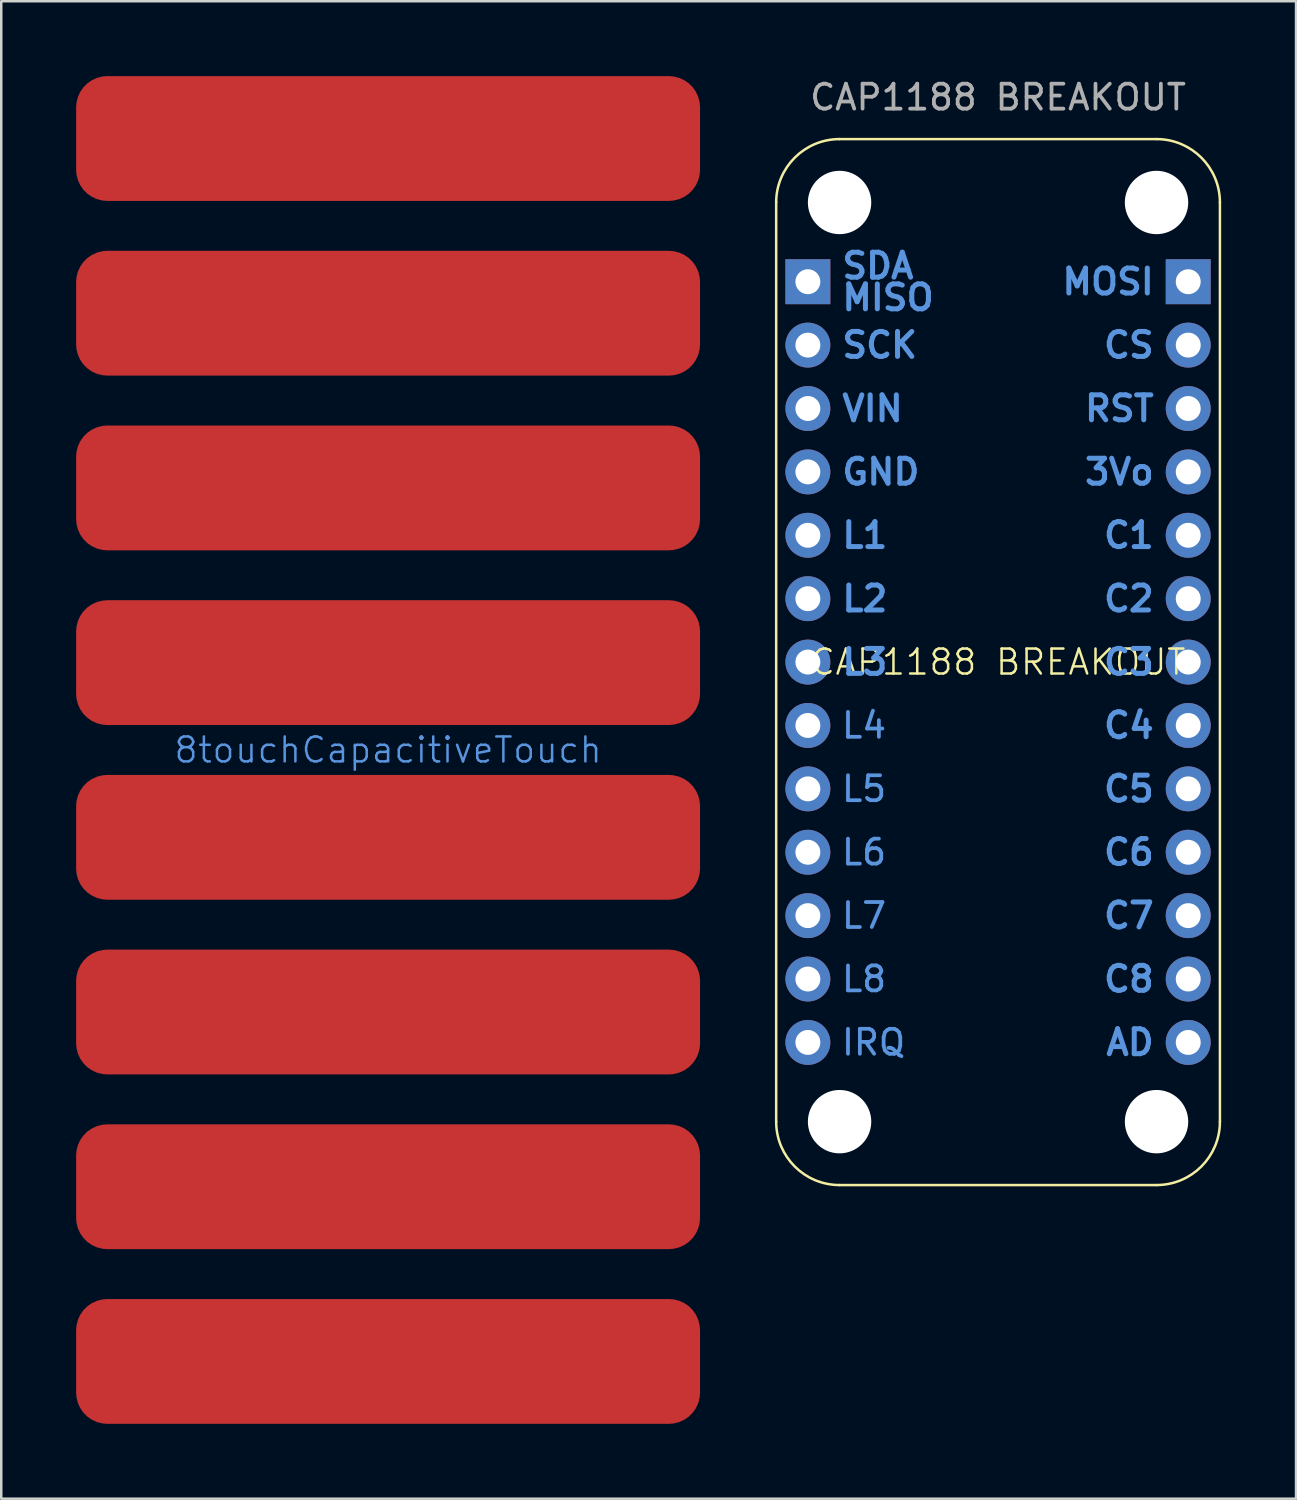
<source format=kicad_pcb>
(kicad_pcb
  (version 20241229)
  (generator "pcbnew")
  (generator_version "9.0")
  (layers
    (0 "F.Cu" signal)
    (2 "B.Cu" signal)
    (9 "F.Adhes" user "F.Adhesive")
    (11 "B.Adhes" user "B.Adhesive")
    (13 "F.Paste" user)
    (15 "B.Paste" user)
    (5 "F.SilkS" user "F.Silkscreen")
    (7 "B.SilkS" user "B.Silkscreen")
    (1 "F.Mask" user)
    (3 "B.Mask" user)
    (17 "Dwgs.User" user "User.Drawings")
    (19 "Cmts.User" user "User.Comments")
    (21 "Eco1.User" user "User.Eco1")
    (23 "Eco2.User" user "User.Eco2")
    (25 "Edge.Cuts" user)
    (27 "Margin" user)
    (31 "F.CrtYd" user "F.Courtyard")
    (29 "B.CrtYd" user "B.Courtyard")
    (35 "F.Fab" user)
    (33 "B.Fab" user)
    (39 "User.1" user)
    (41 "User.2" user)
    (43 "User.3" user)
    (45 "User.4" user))
  (footprint "CAP1188 BREAKOUT"
    (layer "F.Cu")
    (at 36.94 23.478)
    (property "Reference" "CAP1188 BREAKOUT" (at 0 0 0) (unlocked yes) (layer "F.SilkS") (effects (font (size 1 1) (thickness 0.1))))
    (attr smd)
    (fp_line (start -8.89 18.415) (end -8.89 -18.415) (stroke (width 0.1) (type default)) (layer "F.SilkS"))
    (fp_line (start -6.35 -20.955) (end 6.35 -20.955) (stroke (width 0.1) (type default)) (layer "F.SilkS"))
    (fp_line (start 6.35 20.955) (end -6.35 20.955) (stroke (width 0.1) (type default)) (layer "F.SilkS"))
    (fp_line (start 8.89 -18.415) (end 8.89 18.415) (stroke (width 0.1) (type default)) (layer "F.SilkS"))
    (fp_arc (start -8.89 -18.415) (mid -8.146051 -20.211051) (end -6.35 -20.955) (stroke (width 0.1) (type default)) (layer "F.SilkS"))
    (fp_arc (start -6.35 20.955) (mid -8.146051 20.211051) (end -8.89 18.415) (stroke (width 0.1) (type default)) (layer "F.SilkS"))
    (fp_arc (start 6.35 -20.955) (mid 8.146051 -20.211051) (end 8.89 -18.415) (stroke (width 0.1) (type default)) (layer "F.SilkS"))
    (fp_arc (start 8.89 18.415) (mid 8.146051 20.211051) (end 6.35 20.955) (stroke (width 0.1) (type default)) (layer "F.SilkS"))
    (fp_text user "C3" (at 6.35 0 0) (unlocked yes) (layer "Cmts.User") (effects (font (size 1 1) (thickness 0.2) (bold yes)) (justify right)))
    (fp_text user "C7" (at 6.35 10.16 0) (unlocked yes) (layer "Cmts.User") (effects (font (size 1 1) (thickness 0.2) (bold yes)) (justify right)))
    (fp_text user "C2" (at 6.35 -2.54 0) (unlocked yes) (layer "Cmts.User") (effects (font (size 1 1) (thickness 0.2) (bold yes)) (justify right)))
    (fp_text user "C1" (at 6.35 -5.08 0) (unlocked yes) (layer "Cmts.User") (effects (font (size 1 1) (thickness 0.2) (bold yes)) (justify right)))
    (fp_text user "SDA" (at -6.35 -15.875 0) (unlocked yes) (layer "Cmts.User") (effects (font (size 1 1) (thickness 0.2) (bold yes)) (justify left)))
    (fp_text user "L5" (at -6.35 5.08 0) (unlocked yes) (layer "Cmts.User") (effects (font (size 1 1) (thickness 0.15)) (justify left)))
    (fp_text user "L8" (at -6.35 12.7 0) (unlocked yes) (layer "Cmts.User") (effects (font (size 1 1) (thickness 0.15)) (justify left)))
    (fp_text user "L2" (at -6.35 -2.54 0) (unlocked yes) (layer "Cmts.User") (effects (font (size 1 1) (thickness 0.2) (bold yes)) (justify left)))
    (fp_text user "3Vo" (at 6.35 -7.62 0) (unlocked yes) (layer "Cmts.User") (effects (font (size 1 1) (thickness 0.2) (bold yes)) (justify right)))
    (fp_text user "GND" (at -6.35 -7.62 0) (unlocked yes) (layer "Cmts.User") (effects (font (size 1 1) (thickness 0.2) (bold yes)) (justify left)))
    (fp_text user "IRQ" (at -6.35 15.24 0) (unlocked yes) (layer "Cmts.User") (effects (font (size 1 1) (thickness 0.15)) (justify left)))
    (fp_text user "L3" (at -6.35 0 0) (unlocked yes) (layer "Cmts.User") (effects (font (size 1 1) (thickness 0.2) (bold yes)) (justify left)))
    (fp_text user "L6" (at -6.35 7.62 0) (unlocked yes) (layer "Cmts.User") (effects (font (size 1 1) (thickness 0.15)) (justify left)))
    (fp_text user "C8" (at 6.35 12.7 0) (unlocked yes) (layer "Cmts.User") (effects (font (size 1 1) (thickness 0.2) (bold yes)) (justify right)))
    (fp_text user "VIN" (at -6.35 -10.16 0) (unlocked yes) (layer "Cmts.User") (effects (font (size 1 1) (thickness 0.2) (bold yes)) (justify left)))
    (fp_text user "L7" (at -6.35 10.16 0) (unlocked yes) (layer "Cmts.User") (effects (font (size 1 1) (thickness 0.15)) (justify left)))
    (fp_text user "MISO" (at -6.35 -14.605 0) (unlocked yes) (layer "Cmts.User") (effects (font (size 1 1) (thickness 0.2) (bold yes)) (justify left)))
    (fp_text user "C4" (at 6.35 2.54 0) (unlocked yes) (layer "Cmts.User") (effects (font (size 1 1) (thickness 0.2) (bold yes)) (justify right)))
    (fp_text user "L1" (at -6.35 -5.08 0) (unlocked yes) (layer "Cmts.User") (effects (font (size 1 1) (thickness 0.2) (bold yes)) (justify left)))
    (fp_text user "SCK" (at -6.35 -12.7 0) (unlocked yes) (layer "Cmts.User") (effects (font (size 1 1) (thickness 0.2) (bold yes)) (justify left)))
    (fp_text user "CS" (at 6.35 -12.7 0) (unlocked yes) (layer "Cmts.User") (effects (font (size 1 1) (thickness 0.2) (bold yes)) (justify right)))
    (fp_text user "L4" (at -6.35 2.54 0) (unlocked yes) (layer "Cmts.User") (effects (font (size 1 1) (thickness 0.15)) (justify left)))
    (fp_text user "C6" (at 6.35 7.62 0) (unlocked yes) (layer "Cmts.User") (effects (font (size 1 1) (thickness 0.2) (bold yes)) (justify right)))
    (fp_text user "MOSI" (at 6.35 -15.24 0) (unlocked yes) (layer "Cmts.User") (effects (font (size 1 1) (thickness 0.2) (bold yes)) (justify right)))
    (fp_text user "C5" (at 6.35 5.08 0) (unlocked yes) (layer "Cmts.User") (effects (font (size 1 1) (thickness 0.2) (bold yes)) (justify right)))
    (fp_text user "AD" (at 6.35 15.24 0) (unlocked yes) (layer "Cmts.User") (effects (font (size 1 1) (thickness 0.2) (bold yes)) (justify right)))
    (fp_text user "RST" (at 6.35 -10.16 0) (unlocked yes) (layer "Cmts.User") (effects (font (size 1 1) (thickness 0.2) (bold yes)) (justify right)))
    (fp_text user "${REFERENCE}" (at 0 -22.63 0) (unlocked yes) (layer "F.Fab") (effects (font (size 1 1) (thickness 0.15))))
    (pad "" np_thru_hole circle (at -6.35 -18.415) (size 2.54 2.54) (drill 2.54) (layers "*.Cu" "*.Mask"))
    (pad "" np_thru_hole circle (at -6.35 18.415) (size 2.54 2.54) (drill 2.54) (layers "*.Cu" "*.Mask"))
    (pad "" np_thru_hole circle (at 6.35 -18.415) (size 2.54 2.54) (drill 2.54) (layers "*.Cu" "*.Mask"))
    (pad "" np_thru_hole circle (at 6.35 18.415) (size 2.54 2.54) (drill 2.54) (layers "*.Cu" "*.Mask"))
    (pad "1" thru_hole rect (at -7.62 -15.24) (size 1.8 1.8) (drill 1) (layers "*.Cu" "*.Mask"))
    (pad "2" thru_hole circle (at -7.62 -12.7) (size 1.8 1.8) (drill 1) (layers "*.Cu" "*.Mask"))
    (pad "3" thru_hole circle (at -7.62 -10.16) (size 1.8 1.8) (drill 1) (layers "*.Cu" "*.Mask"))
    (pad "4" thru_hole circle (at -7.62 -7.62) (size 1.8 1.8) (drill 1) (layers "*.Cu" "*.Mask"))
    (pad "5" thru_hole circle (at -7.62 -5.08) (size 1.8 1.8) (drill 1) (layers "*.Cu" "*.Mask"))
    (pad "6" thru_hole circle (at -7.62 -2.54) (size 1.8 1.8) (drill 1) (layers "*.Cu" "*.Mask"))
    (pad "7" thru_hole circle (at -7.62 0) (size 1.8 1.8) (drill 1) (layers "*.Cu" "*.Mask"))
    (pad "8" thru_hole circle (at -7.62 2.54) (size 1.8 1.8) (drill 1) (layers "*.Cu" "*.Mask"))
    (pad "9" thru_hole circle (at -7.62 5.08) (size 1.8 1.8) (drill 1) (layers "*.Cu" "*.Mask"))
    (pad "10" thru_hole circle (at -7.62 7.62) (size 1.8 1.8) (drill 1) (layers "*.Cu" "*.Mask"))
    (pad "11" thru_hole circle (at -7.62 10.16) (size 1.8 1.8) (drill 1) (layers "*.Cu" "*.Mask"))
    (pad "12" thru_hole circle (at -7.62 12.7) (size 1.8 1.8) (drill 1) (layers "*.Cu" "*.Mask"))
    (pad "13" thru_hole circle (at -7.62 15.24) (size 1.8 1.8) (drill 1) (layers "*.Cu" "*.Mask"))
    (pad "14" thru_hole rect (at 7.62 -15.24) (size 1.8 1.8) (drill 1) (layers "*.Cu" "*.Mask"))
    (pad "15" thru_hole circle (at 7.62 -12.7) (size 1.8 1.8) (drill 1) (layers "*.Cu" "*.Mask"))
    (pad "16" thru_hole circle (at 7.62 -10.16) (size 1.8 1.8) (drill 1) (layers "*.Cu" "*.Mask"))
    (pad "17" thru_hole circle (at 7.62 -7.62) (size 1.8 1.8) (drill 1) (layers "*.Cu" "*.Mask"))
    (pad "18" thru_hole circle (at 7.62 -5.08) (size 1.8 1.8) (drill 1) (layers "*.Cu" "*.Mask"))
    (pad "19" thru_hole circle (at 7.62 -2.54) (size 1.8 1.8) (drill 1) (layers "*.Cu" "*.Mask"))
    (pad "20" thru_hole circle (at 7.62 0) (size 1.8 1.8) (drill 1) (layers "*.Cu" "*.Mask"))
    (pad "21" thru_hole circle (at 7.62 2.54) (size 1.8 1.8) (drill 1) (layers "*.Cu" "*.Mask"))
    (pad "22" thru_hole circle (at 7.62 5.08) (size 1.8 1.8) (drill 1) (layers "*.Cu" "*.Mask"))
    (pad "23" thru_hole circle (at 7.62 7.62) (size 1.8 1.8) (drill 1) (layers "*.Cu" "*.Mask"))
    (pad "24" thru_hole circle (at 7.62 10.16) (size 1.8 1.8) (drill 1) (layers "*.Cu" "*.Mask"))
    (pad "25" thru_hole circle (at 7.62 12.7) (size 1.8 1.8) (drill 1) (layers "*.Cu" "*.Mask"))
    (pad "26" thru_hole circle (at 7.62 15.24) (size 1.8 1.8) (drill 1) (layers "*.Cu" "*.Mask")))
  (footprint "8touchCapacitiveTouch"
    (layer "F.Cu")
    (at 12.5 27.5)
    (property "Reference" "8touchCapacitiveTouch" (at 0 -0.5 0) (unlocked yes) (layer "Cmts.User") (effects (font (size 1 1) (thickness 0.1))))
    (attr smd)
    (pad "1" smd roundrect (at 0 -25) (size 25 5) (property pad_prop_heatsink) (layers "F.Cu" "F.Mask") (roundrect_rratio 0.25))
    (pad "2" smd roundrect (at 0 -18) (size 25 5) (property pad_prop_heatsink) (layers "F.Cu" "F.Mask") (roundrect_rratio 0.25))
    (pad "3" smd roundrect (at 0 -11) (size 25 5) (property pad_prop_heatsink) (layers "F.Cu" "F.Mask") (roundrect_rratio 0.25))
    (pad "4" smd roundrect (at 0 -4) (size 25 5) (property pad_prop_heatsink) (layers "F.Cu" "F.Mask") (roundrect_rratio 0.25))
    (pad "5" smd roundrect (at 0 3) (size 25 5) (property pad_prop_heatsink) (layers "F.Cu" "F.Mask") (roundrect_rratio 0.25))
    (pad "6" smd roundrect (at 0 10) (size 25 5) (property pad_prop_heatsink) (layers "F.Cu" "F.Mask") (roundrect_rratio 0.25))
    (pad "7" smd roundrect (at 0 17) (size 25 5) (property pad_prop_heatsink) (layers "F.Cu" "F.Mask") (roundrect_rratio 0.25))
    (pad "8" smd roundrect (at 0 24) (size 25 5) (property pad_prop_heatsink) (layers "F.Cu" "F.Mask") (roundrect_rratio 0.25)))
  (gr_rect
    (start -3 -3)
    (end 48.88 57)
    (stroke (width 0.1) (type default))
    (fill no)
    (layer "Edge.Cuts")))
</source>
